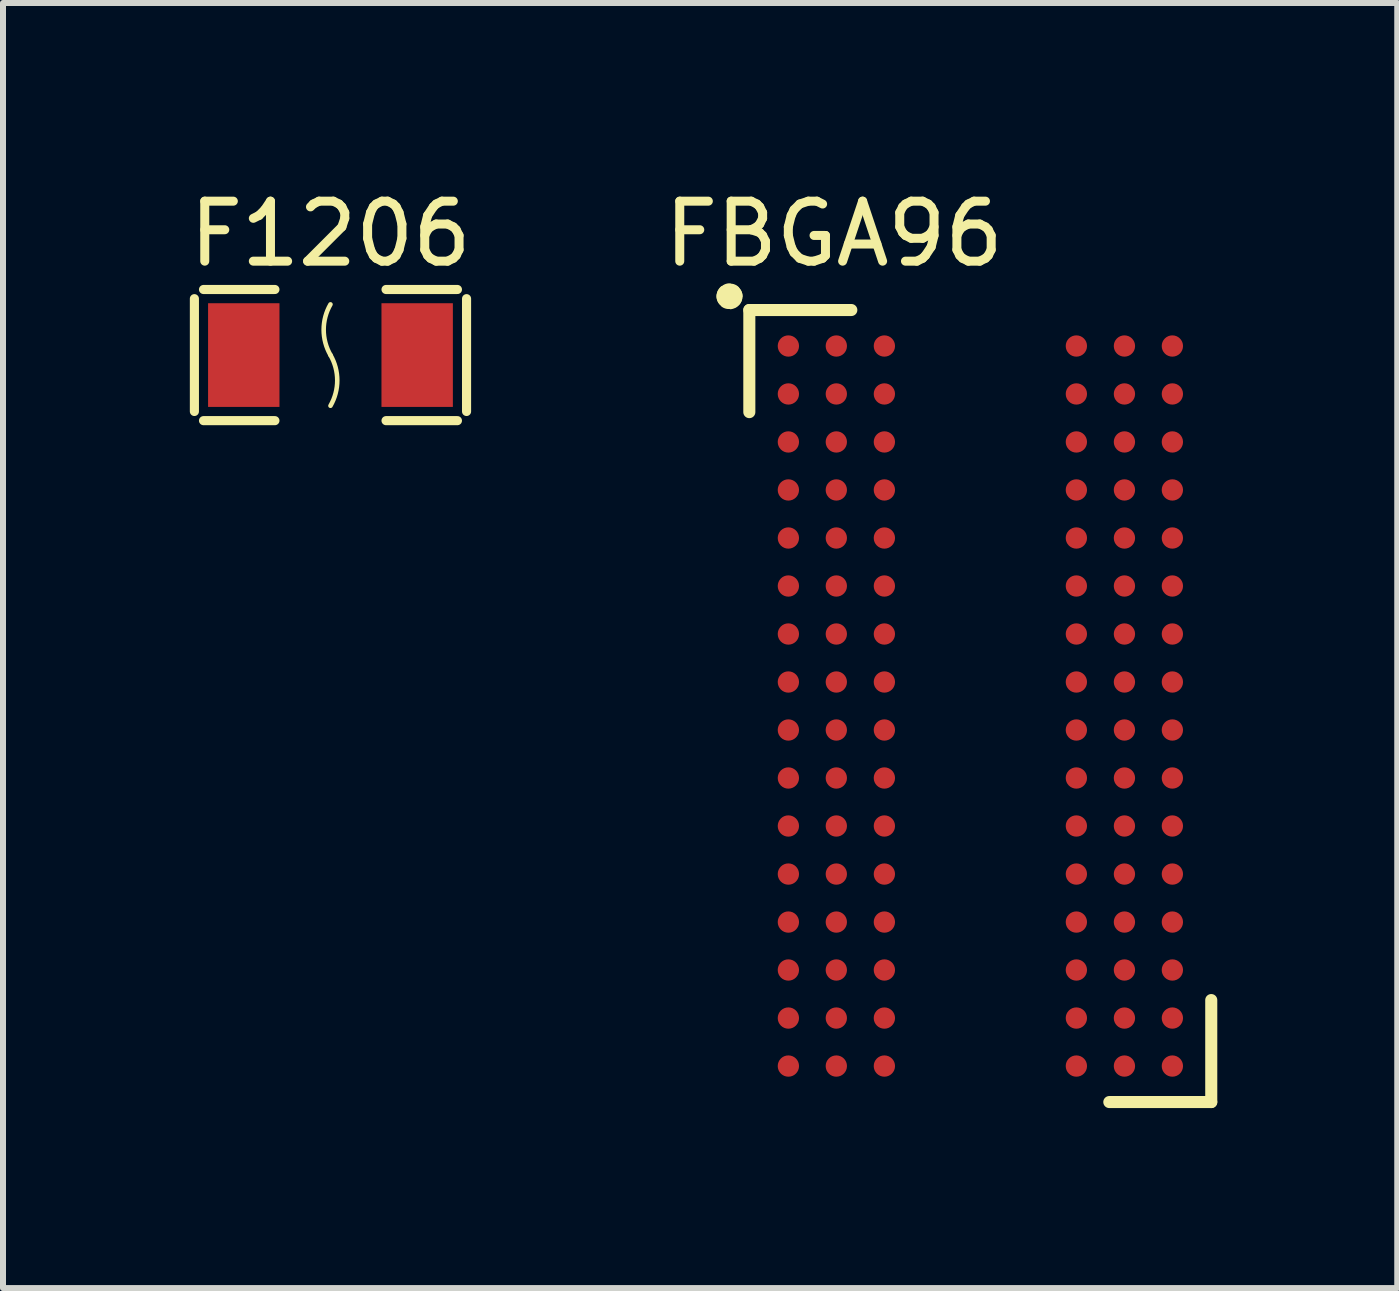
<source format=kicad_pcb>
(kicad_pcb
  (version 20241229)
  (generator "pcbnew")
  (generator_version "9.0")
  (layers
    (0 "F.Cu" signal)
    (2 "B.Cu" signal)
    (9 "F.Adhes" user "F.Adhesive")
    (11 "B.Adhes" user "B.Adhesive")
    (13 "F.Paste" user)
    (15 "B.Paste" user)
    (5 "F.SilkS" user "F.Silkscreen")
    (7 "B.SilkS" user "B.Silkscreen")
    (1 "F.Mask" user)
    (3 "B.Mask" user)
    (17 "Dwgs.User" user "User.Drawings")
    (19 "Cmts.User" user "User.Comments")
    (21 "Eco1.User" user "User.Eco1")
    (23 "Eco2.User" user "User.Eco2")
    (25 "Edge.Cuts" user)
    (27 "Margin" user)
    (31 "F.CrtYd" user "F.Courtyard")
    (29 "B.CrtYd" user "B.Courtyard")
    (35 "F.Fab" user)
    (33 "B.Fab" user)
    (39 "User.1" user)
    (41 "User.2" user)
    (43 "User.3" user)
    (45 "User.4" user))
  (footprint "FBGA96"
    (layer "F.Cu")
    (at 13.351 8.848)
    (property "Reference" "FBGA96" (at -2.5 -8 0) (layer "F.SilkS") (effects (font (size 1 1) (thickness 0.15))))
    (fp_line (start -3.912 -6.731) (end -2.212 -6.731) (stroke (width 0.201) (type default)) (layer "F.SilkS"))
    (fp_line (start -3.912 -5.029) (end -3.912 -6.731) (stroke (width 0.201) (type default)) (layer "F.SilkS"))
    (fp_line (start 3.787 4.77) (end 3.787 6.47) (stroke (width 0.201) (type default)) (layer "F.SilkS"))
    (fp_line (start 3.787 6.47) (end 2.088 6.47) (stroke (width 0.201) (type default)) (layer "F.SilkS"))
    (fp_arc (start -4.2595 -6.962) (mid -4.240747 -6.977133) (end -4.2245 -6.9595) (stroke (width 0.399) (type default)) (layer "F.SilkS"))
    (fp_arc (start -4.2245 -6.9595) (mid -4.241005 -6.942028) (end -4.2595 -6.9575) (stroke (width 0.399) (type default)) (layer "F.SilkS"))
    (fp_line (start -0.056 -0.231) (end -0.005 -0.282) (stroke (width 0.013) (type default)) (layer "Eco2.User"))
    (pad "A1" smd circle (at -3.261 -6.131) (size 0.355 0.355) (layers "F.Cu" "F.Mask" "F.Paste"))
    (pad "A2" smd circle (at -2.462 -6.131) (size 0.355 0.355) (layers "F.Cu" "F.Mask" "F.Paste"))
    (pad "A3" smd circle (at -1.661 -6.131) (size 0.355 0.355) (layers "F.Cu" "F.Mask" "F.Paste"))
    (pad "A7" smd circle (at 1.539 -6.131) (size 0.355 0.355) (layers "F.Cu" "F.Mask" "F.Paste"))
    (pad "A8" smd circle (at 2.34 -6.131) (size 0.355 0.355) (layers "F.Cu" "F.Mask" "F.Paste"))
    (pad "A9" smd circle (at 3.139 -6.131) (size 0.355 0.355) (layers "F.Cu" "F.Mask" "F.Paste"))
    (pad "B1" smd circle (at -3.261 -5.332) (size 0.355 0.355) (layers "F.Cu" "F.Mask" "F.Paste"))
    (pad "B2" smd circle (at -2.462 -5.332) (size 0.355 0.355) (layers "F.Cu" "F.Mask" "F.Paste"))
    (pad "B3" smd circle (at -1.661 -5.332) (size 0.355 0.355) (layers "F.Cu" "F.Mask" "F.Paste"))
    (pad "B7" smd circle (at 1.539 -5.332) (size 0.355 0.355) (layers "F.Cu" "F.Mask" "F.Paste"))
    (pad "B8" smd circle (at 2.34 -5.332) (size 0.355 0.355) (layers "F.Cu" "F.Mask" "F.Paste"))
    (pad "B9" smd circle (at 3.139 -5.332) (size 0.355 0.355) (layers "F.Cu" "F.Mask" "F.Paste"))
    (pad "C1" smd circle (at -3.261 -4.532) (size 0.355 0.355) (layers "F.Cu" "F.Mask" "F.Paste"))
    (pad "C2" smd circle (at -2.462 -4.532) (size 0.355 0.355) (layers "F.Cu" "F.Mask" "F.Paste"))
    (pad "C3" smd circle (at -1.661 -4.532) (size 0.355 0.355) (layers "F.Cu" "F.Mask" "F.Paste"))
    (pad "C7" smd circle (at 1.539 -4.532) (size 0.355 0.355) (layers "F.Cu" "F.Mask" "F.Paste"))
    (pad "C8" smd circle (at 2.34 -4.532) (size 0.355 0.355) (layers "F.Cu" "F.Mask" "F.Paste"))
    (pad "C9" smd circle (at 3.139 -4.532) (size 0.355 0.355) (layers "F.Cu" "F.Mask" "F.Paste"))
    (pad "D1" smd circle (at -3.261 -3.732) (size 0.355 0.355) (layers "F.Cu" "F.Mask" "F.Paste"))
    (pad "D2" smd circle (at -2.462 -3.732) (size 0.355 0.355) (layers "F.Cu" "F.Mask" "F.Paste"))
    (pad "D3" smd circle (at -1.661 -3.732) (size 0.355 0.355) (layers "F.Cu" "F.Mask" "F.Paste"))
    (pad "D7" smd circle (at 1.539 -3.732) (size 0.355 0.355) (layers "F.Cu" "F.Mask" "F.Paste"))
    (pad "D8" smd circle (at 2.34 -3.732) (size 0.355 0.355) (layers "F.Cu" "F.Mask" "F.Paste"))
    (pad "D9" smd circle (at 3.139 -3.732) (size 0.355 0.355) (layers "F.Cu" "F.Mask" "F.Paste"))
    (pad "E1" smd circle (at -3.261 -2.931) (size 0.355 0.355) (layers "F.Cu" "F.Mask" "F.Paste"))
    (pad "E2" smd circle (at -2.462 -2.931) (size 0.355 0.355) (layers "F.Cu" "F.Mask" "F.Paste"))
    (pad "E3" smd circle (at -1.661 -2.931) (size 0.355 0.355) (layers "F.Cu" "F.Mask" "F.Paste"))
    (pad "E7" smd circle (at 1.539 -2.931) (size 0.355 0.355) (layers "F.Cu" "F.Mask" "F.Paste"))
    (pad "E8" smd circle (at 2.34 -2.931) (size 0.355 0.355) (layers "F.Cu" "F.Mask" "F.Paste"))
    (pad "E9" smd circle (at 3.139 -2.931) (size 0.355 0.355) (layers "F.Cu" "F.Mask" "F.Paste"))
    (pad "F1" smd circle (at -3.261 -2.131) (size 0.355 0.355) (layers "F.Cu" "F.Mask" "F.Paste"))
    (pad "F2" smd circle (at -2.462 -2.131) (size 0.355 0.355) (layers "F.Cu" "F.Mask" "F.Paste"))
    (pad "F3" smd circle (at -1.661 -2.131) (size 0.355 0.355) (layers "F.Cu" "F.Mask" "F.Paste"))
    (pad "F7" smd circle (at 1.539 -2.131) (size 0.355 0.355) (layers "F.Cu" "F.Mask" "F.Paste"))
    (pad "F8" smd circle (at 2.34 -2.131) (size 0.355 0.355) (layers "F.Cu" "F.Mask" "F.Paste"))
    (pad "F9" smd circle (at 3.139 -2.131) (size 0.355 0.355) (layers "F.Cu" "F.Mask" "F.Paste"))
    (pad "G1" smd circle (at -3.261 -1.331) (size 0.355 0.355) (layers "F.Cu" "F.Mask" "F.Paste"))
    (pad "G2" smd circle (at -2.462 -1.331) (size 0.355 0.355) (layers "F.Cu" "F.Mask" "F.Paste"))
    (pad "G3" smd circle (at -1.661 -1.331) (size 0.355 0.355) (layers "F.Cu" "F.Mask" "F.Paste"))
    (pad "G7" smd circle (at 1.539 -1.331) (size 0.355 0.355) (layers "F.Cu" "F.Mask" "F.Paste"))
    (pad "G8" smd circle (at 2.34 -1.331) (size 0.355 0.355) (layers "F.Cu" "F.Mask" "F.Paste"))
    (pad "G9" smd circle (at 3.139 -1.331) (size 0.355 0.355) (layers "F.Cu" "F.Mask" "F.Paste"))
    (pad "H1" smd circle (at -3.261 -0.531) (size 0.355 0.355) (layers "F.Cu" "F.Mask" "F.Paste"))
    (pad "H2" smd circle (at -2.462 -0.531) (size 0.355 0.355) (layers "F.Cu" "F.Mask" "F.Paste"))
    (pad "H3" smd circle (at -1.661 -0.531) (size 0.355 0.355) (layers "F.Cu" "F.Mask" "F.Paste"))
    (pad "H7" smd circle (at 1.539 -0.531) (size 0.355 0.355) (layers "F.Cu" "F.Mask" "F.Paste"))
    (pad "H8" smd circle (at 2.34 -0.531) (size 0.355 0.355) (layers "F.Cu" "F.Mask" "F.Paste"))
    (pad "H9" smd circle (at 3.139 -0.531) (size 0.355 0.355) (layers "F.Cu" "F.Mask" "F.Paste"))
    (pad "J1" smd circle (at -3.261 0.269) (size 0.355 0.355) (layers "F.Cu" "F.Mask" "F.Paste"))
    (pad "J2" smd circle (at -2.462 0.269) (size 0.355 0.355) (layers "F.Cu" "F.Mask" "F.Paste"))
    (pad "J3" smd circle (at -1.661 0.269) (size 0.355 0.355) (layers "F.Cu" "F.Mask" "F.Paste"))
    (pad "J7" smd circle (at 1.539 0.269) (size 0.355 0.355) (layers "F.Cu" "F.Mask" "F.Paste"))
    (pad "J8" smd circle (at 2.34 0.269) (size 0.355 0.355) (layers "F.Cu" "F.Mask" "F.Paste"))
    (pad "J9" smd circle (at 3.139 0.269) (size 0.355 0.355) (layers "F.Cu" "F.Mask" "F.Paste"))
    (pad "K1" smd circle (at -3.261 1.069) (size 0.355 0.355) (layers "F.Cu" "F.Mask" "F.Paste"))
    (pad "K2" smd circle (at -2.462 1.069) (size 0.355 0.355) (layers "F.Cu" "F.Mask" "F.Paste"))
    (pad "K3" smd circle (at -1.661 1.069) (size 0.355 0.355) (layers "F.Cu" "F.Mask" "F.Paste"))
    (pad "K7" smd circle (at 1.539 1.069) (size 0.355 0.355) (layers "F.Cu" "F.Mask" "F.Paste"))
    (pad "K8" smd circle (at 2.34 1.069) (size 0.355 0.355) (layers "F.Cu" "F.Mask" "F.Paste"))
    (pad "K9" smd circle (at 3.139 1.069) (size 0.355 0.355) (layers "F.Cu" "F.Mask" "F.Paste"))
    (pad "L1" smd circle (at -3.261 1.869) (size 0.355 0.355) (layers "F.Cu" "F.Mask" "F.Paste"))
    (pad "L2" smd circle (at -2.462 1.869) (size 0.355 0.355) (layers "F.Cu" "F.Mask" "F.Paste"))
    (pad "L3" smd circle (at -1.661 1.869) (size 0.355 0.355) (layers "F.Cu" "F.Mask" "F.Paste"))
    (pad "L7" smd circle (at 1.539 1.869) (size 0.355 0.355) (layers "F.Cu" "F.Mask" "F.Paste"))
    (pad "L8" smd circle (at 2.34 1.869) (size 0.355 0.355) (layers "F.Cu" "F.Mask" "F.Paste"))
    (pad "L9" smd circle (at 3.139 1.869) (size 0.355 0.355) (layers "F.Cu" "F.Mask" "F.Paste"))
    (pad "M1" smd circle (at -3.261 2.67) (size 0.355 0.355) (layers "F.Cu" "F.Mask" "F.Paste"))
    (pad "M2" smd circle (at -2.462 2.67) (size 0.355 0.355) (layers "F.Cu" "F.Mask" "F.Paste"))
    (pad "M3" smd circle (at -1.661 2.67) (size 0.355 0.355) (layers "F.Cu" "F.Mask" "F.Paste"))
    (pad "M7" smd circle (at 1.539 2.67) (size 0.355 0.355) (layers "F.Cu" "F.Mask" "F.Paste"))
    (pad "M8" smd circle (at 2.34 2.67) (size 0.355 0.355) (layers "F.Cu" "F.Mask" "F.Paste"))
    (pad "M9" smd circle (at 3.139 2.67) (size 0.355 0.355) (layers "F.Cu" "F.Mask" "F.Paste"))
    (pad "N1" smd circle (at -3.261 3.47) (size 0.355 0.355) (layers "F.Cu" "F.Mask" "F.Paste"))
    (pad "N2" smd circle (at -2.462 3.47) (size 0.355 0.355) (layers "F.Cu" "F.Mask" "F.Paste"))
    (pad "N3" smd circle (at -1.661 3.47) (size 0.355 0.355) (layers "F.Cu" "F.Mask" "F.Paste"))
    (pad "N7" smd circle (at 1.539 3.47) (size 0.355 0.355) (layers "F.Cu" "F.Mask" "F.Paste"))
    (pad "N8" smd circle (at 2.34 3.47) (size 0.355 0.355) (layers "F.Cu" "F.Mask" "F.Paste"))
    (pad "N9" smd circle (at 3.139 3.47) (size 0.355 0.355) (layers "F.Cu" "F.Mask" "F.Paste"))
    (pad "P1" smd circle (at -3.261 4.269) (size 0.355 0.355) (layers "F.Cu" "F.Mask" "F.Paste"))
    (pad "P2" smd circle (at -2.462 4.269) (size 0.355 0.355) (layers "F.Cu" "F.Mask" "F.Paste"))
    (pad "P3" smd circle (at -1.661 4.269) (size 0.355 0.355) (layers "F.Cu" "F.Mask" "F.Paste"))
    (pad "P7" smd circle (at 1.539 4.269) (size 0.355 0.355) (layers "F.Cu" "F.Mask" "F.Paste"))
    (pad "P8" smd circle (at 2.34 4.269) (size 0.355 0.355) (layers "F.Cu" "F.Mask" "F.Paste"))
    (pad "P9" smd circle (at 3.139 4.269) (size 0.355 0.355) (layers "F.Cu" "F.Mask" "F.Paste"))
    (pad "R1" smd circle (at -3.261 5.07) (size 0.355 0.355) (layers "F.Cu" "F.Mask" "F.Paste"))
    (pad "R2" smd circle (at -2.462 5.07) (size 0.355 0.355) (layers "F.Cu" "F.Mask" "F.Paste"))
    (pad "R3" smd circle (at -1.661 5.07) (size 0.355 0.355) (layers "F.Cu" "F.Mask" "F.Paste"))
    (pad "R7" smd circle (at 1.539 5.07) (size 0.355 0.355) (layers "F.Cu" "F.Mask" "F.Paste"))
    (pad "R8" smd circle (at 2.34 5.07) (size 0.355 0.355) (layers "F.Cu" "F.Mask" "F.Paste"))
    (pad "R9" smd circle (at 3.139 5.07) (size 0.355 0.355) (layers "F.Cu" "F.Mask" "F.Paste"))
    (pad "T1" smd circle (at -3.261 5.87) (size 0.355 0.355) (layers "F.Cu" "F.Mask" "F.Paste"))
    (pad "T2" smd circle (at -2.462 5.87) (size 0.355 0.355) (layers "F.Cu" "F.Mask" "F.Paste"))
    (pad "T3" smd circle (at -1.661 5.87) (size 0.355 0.355) (layers "F.Cu" "F.Mask" "F.Paste"))
    (pad "T7" smd circle (at 1.539 5.87) (size 0.355 0.355) (layers "F.Cu" "F.Mask" "F.Paste"))
    (pad "T8" smd circle (at 2.34 5.87) (size 0.355 0.355) (layers "F.Cu" "F.Mask" "F.Paste"))
    (pad "T9" smd circle (at 3.139 5.87) (size 0.355 0.355) (layers "F.Cu" "F.Mask" "F.Paste")))
  (footprint "F1206"
    (layer "F.Cu")
    (at 2.458 2.868)
    (property "Reference" "F1206" (at 0 -2.02 0) (layer "F.SilkS") (effects (font (size 1 1) (thickness 0.15))))
    (fp_line (start -2.268 -0.94) (end -2.268 0.94) (stroke (width 0.152) (type default)) (layer "F.SilkS"))
    (fp_line (start -2.116 1.093) (end -0.926 1.093) (stroke (width 0.152) (type default)) (layer "F.SilkS"))
    (fp_line (start -0.926 -1.093) (end -2.116 -1.093) (stroke (width 0.152) (type default)) (layer "F.SilkS"))
    (fp_line (start 0.926 -1.093) (end 2.116 -1.093) (stroke (width 0.152) (type default)) (layer "F.SilkS"))
    (fp_line (start 2.116 1.093) (end 0.926 1.093) (stroke (width 0.152) (type default)) (layer "F.SilkS"))
    (fp_line (start 2.268 -0.94) (end 2.268 0.94) (stroke (width 0.152) (type default)) (layer "F.SilkS"))
    (fp_arc (start 0 0) (mid -0.113248 -0.4225) (end 0 -0.845) (stroke (width 0.076) (type default)) (layer "F.SilkS"))
    (fp_arc (start 0 0) (mid 0.113248 0.4225) (end 0 0.845) (stroke (width 0.076) (type default)) (layer "F.SilkS"))
    (fp_poly (pts (xy -1.6 0.8) (xy -1.1 0.8) (xy -1.1 -0.8) (xy -1.6 -0.8)) (stroke (width 0.1) (type default)) (fill no) (layer "User.1"))
    (fp_poly (pts (xy 1.1 0.8) (xy 1.6 0.8) (xy 1.6 -0.8) (xy 1.1 -0.8)) (stroke (width 0.1) (type default)) (fill no) (layer "User.1"))
    (fp_line (start -1.6 -0.8) (end -1.6 0.8) (stroke (width 0.051) (type default)) (layer "User.2"))
    (fp_line (start -1.6 0.8) (end 1.6 0.8) (stroke (width 0.051) (type default)) (layer "User.2"))
    (fp_line (start 1.6 -0.8) (end -1.6 -0.8) (stroke (width 0.051) (type default)) (layer "User.2"))
    (fp_line (start 1.6 0.8) (end 1.6 -0.8) (stroke (width 0.051) (type default)) (layer "User.2"))
    (fp_poly (pts (xy -1.54 0.8) (xy -1.558 0.758) (xy -1.6 0.74) (xy -1.642 0.758) (xy -1.66 0.8) (xy -1.642 0.842) (xy -1.6 0.86) (xy -1.558 0.842)) (stroke (width 0.1) (type default)) (fill no) (layer "User.3"))
    (pad "1" smd rect (at -1.445 0) (size 1.19 1.728) (layers "F.Cu" "F.Mask" "F.Paste"))
    (pad "2" smd rect (at 1.445 0) (size 1.19 1.728) (layers "F.Cu" "F.Mask" "F.Paste")))
  (gr_rect
    (start -3 -3)
    (end 20.238 18.418)
    (stroke (width 0.1) (type default))
    (fill no)
    (layer "Edge.Cuts")))
</source>
